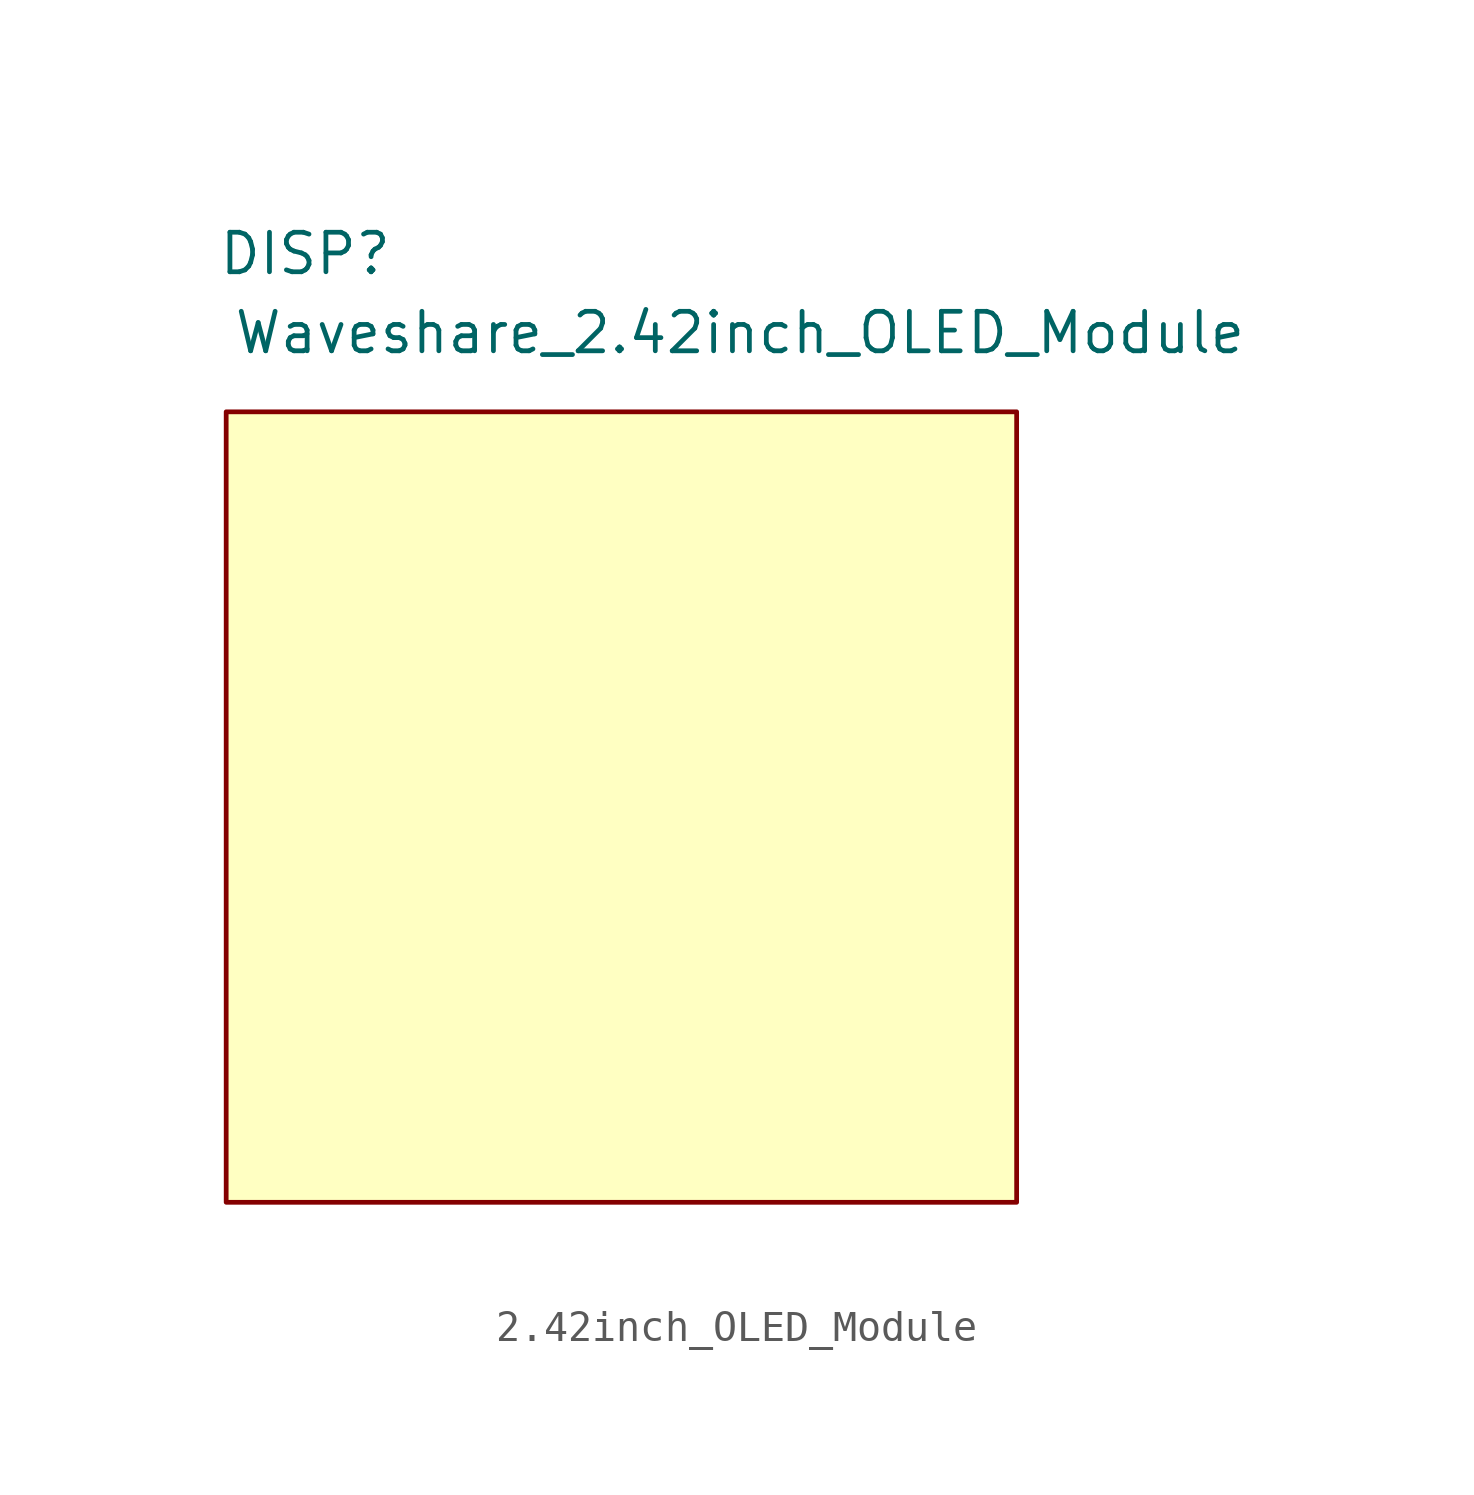
<source format=kicad_sym>
(kicad_symbol_lib
  (version 20220914)
  (generator kicad_symbol_editor)
  (symbol "2.42inch_OLED_Module"
    (property "Reference" "DISP"
      (at -10.16 17.78 0)
      (effects (font (size 1.27 1.27))))
    (property "Value" "Waveshare_2.42inch_OLED_Module"
      (at 3.81 15.24 0)
      (effects (font (size 1.27 1.27))))
    (symbol "2.42inch_OLED_Module_1_1"
      (rectangle (start -12.7 12.7) (end 12.7 -12.7) (stroke (width 0) (type default)) (fill (type background))))))
</source>
